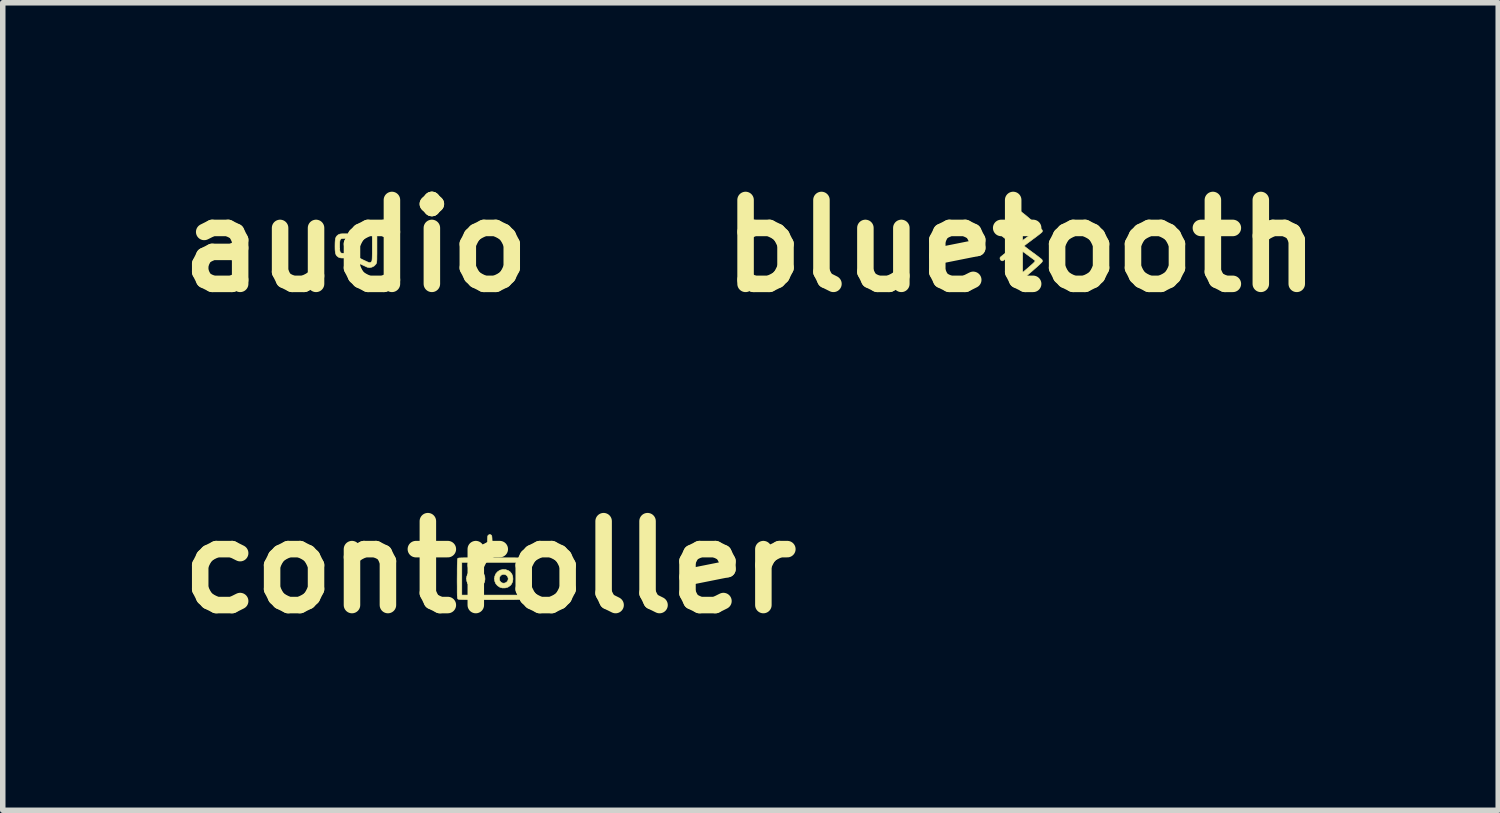
<source format=kicad_pcb>
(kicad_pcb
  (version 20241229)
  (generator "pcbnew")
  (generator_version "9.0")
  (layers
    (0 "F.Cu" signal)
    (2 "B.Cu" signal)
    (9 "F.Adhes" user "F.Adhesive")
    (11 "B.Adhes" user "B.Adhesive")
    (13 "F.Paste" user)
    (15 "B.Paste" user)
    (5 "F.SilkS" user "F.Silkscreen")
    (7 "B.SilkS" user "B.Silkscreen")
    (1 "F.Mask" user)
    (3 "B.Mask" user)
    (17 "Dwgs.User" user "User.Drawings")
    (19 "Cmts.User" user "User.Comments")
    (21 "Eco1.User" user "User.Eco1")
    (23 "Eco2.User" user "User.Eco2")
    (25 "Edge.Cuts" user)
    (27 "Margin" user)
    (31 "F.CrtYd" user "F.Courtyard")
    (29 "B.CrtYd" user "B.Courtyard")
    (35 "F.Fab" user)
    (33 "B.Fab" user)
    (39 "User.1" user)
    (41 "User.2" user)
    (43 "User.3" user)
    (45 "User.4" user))
  (footprint "bluetooth"
    (layer "F.Cu")
    (at 15.504 1.418)
    (property "Reference" "bluetooth" (at 0 0 0) (layer "F.SilkS") (effects (font (size 1.524 1.524) (thickness 0.3))))
    (attr through_hole)
    (fp_poly (pts (xy -0.012 -0.629) (xy 0.01 -0.613) (xy 0.042 -0.588) (xy 0.081 -0.557) (xy 0.124 -0.521) (xy 0.17 -0.482) (xy 0.217 -0.442) (xy 0.262 -0.403) (xy 0.302 -0.367) (xy 0.337 -0.335) (xy 0.364 -0.309) (xy 0.38 -0.291) (xy 0.384 -0.285) (xy 0.385 -0.266) (xy 0.381 -0.254) (xy 0.371 -0.244) (xy 0.349 -0.225) (xy 0.317 -0.2) (xy 0.277 -0.169) (xy 0.231 -0.135) (xy 0.213 -0.122) (xy 0.167 -0.087) (xy 0.126 -0.057) (xy 0.092 -0.031) (xy 0.068 -0.012) (xy 0.056 -0.002) (xy 0.054 0) (xy 0.061 0.007) (xy 0.081 0.023) (xy 0.111 0.046) (xy 0.149 0.075) (xy 0.194 0.108) (xy 0.213 0.122) (xy 0.261 0.157) (xy 0.303 0.189) (xy 0.339 0.217) (xy 0.365 0.238) (xy 0.379 0.252) (xy 0.381 0.254) (xy 0.386 0.275) (xy 0.384 0.285) (xy 0.375 0.297) (xy 0.355 0.318) (xy 0.325 0.346) (xy 0.287 0.381) (xy 0.244 0.418) (xy 0.199 0.458) (xy 0.152 0.498) (xy 0.107 0.536) (xy 0.065 0.57) (xy 0.029 0.599) (xy 0.000273 0.621) (xy -0.018 0.633) (xy -0.024 0.635) (xy -0.045 0.628) (xy -0.056 0.62) (xy -0.06 0.611) (xy -0.063 0.594) (xy -0.065 0.568) (xy -0.068 0.529) (xy -0.069 0.482) (xy 0.027 0.482) (xy 0.054 0.46) (xy 0.071 0.445) (xy 0.098 0.422) (xy 0.132 0.393) (xy 0.168 0.361) (xy 0.172 0.358) (xy 0.21 0.324) (xy 0.235 0.3) (xy 0.249 0.283) (xy 0.254 0.273) (xy 0.252 0.267) (xy 0.241 0.258) (xy 0.218 0.24) (xy 0.186 0.217) (xy 0.149 0.189) (xy 0.134 0.178) (xy 0.027 0.1) (xy 0.027 0.482) (xy -0.069 0.482) (xy -0.07 0.477) (xy -0.071 0.41) (xy -0.073 0.348) (xy -0.077 0.092) (xy -0.2 0.182) (xy -0.242 0.212) (xy -0.28 0.237) (xy -0.312 0.257) (xy -0.334 0.269) (xy -0.342 0.272) (xy -0.364 0.265) (xy -0.38 0.246) (xy -0.385 0.224) (xy -0.382 0.21) (xy -0.372 0.199) (xy -0.349 0.18) (xy -0.317 0.154) (xy -0.278 0.124) (xy -0.245 0.1) (xy -0.204 0.069) (xy -0.168 0.042) (xy -0.14 0.02) (xy -0.123 0.005) (xy -0.118 0) (xy -0.125 -0.007) (xy -0.144 -0.023) (xy -0.174 -0.046) (xy -0.211 -0.074) (xy -0.245 -0.1) (xy -0.287 -0.131) (xy -0.325 -0.16) (xy -0.355 -0.185) (xy -0.375 -0.202) (xy -0.382 -0.21) (xy -0.385 -0.232) (xy -0.375 -0.254) (xy -0.356 -0.269) (xy -0.342 -0.272) (xy -0.328 -0.267) (xy -0.303 -0.252) (xy -0.269 -0.23) (xy -0.229 -0.203) (xy -0.2 -0.182) (xy -0.077 -0.092) (xy -0.077 -0.1) (xy 0.027 -0.1) (xy 0.134 -0.178) (xy 0.173 -0.206) (xy 0.207 -0.232) (xy 0.233 -0.252) (xy 0.249 -0.265) (xy 0.252 -0.267) (xy 0.253 -0.274) (xy 0.244 -0.288) (xy 0.225 -0.309) (xy 0.195 -0.337) (xy 0.154 -0.375) (xy 0.099 -0.422) (xy 0.054 -0.46) (xy 0.027 -0.482) (xy 0.027 -0.1) (xy -0.077 -0.1) (xy -0.073 -0.348) (xy -0.071 -0.428) (xy -0.069 -0.491) (xy -0.067 -0.54) (xy -0.064 -0.577) (xy -0.06 -0.602) (xy -0.055 -0.619) (xy -0.048 -0.629) (xy -0.038 -0.634) (xy -0.027 -0.635) (xy -0.024 -0.635) (xy -0.012 -0.629)) (stroke (width 0.01) (type solid)) (fill yes) (layer "F.SilkS")))
  (footprint "audio"
    (layer "F.Cu")
    (at 3.418 1.418)
    (property "Reference" "audio" (at 0 0 0) (layer "F.SilkS") (effects (font (size 1.524 1.524) (thickness 0.3))))
    (attr through_hole)
    (fp_poly (pts (xy 0.294 -0.384) (xy 0.334 -0.361) (xy 0.362 -0.331) (xy 0.367 -0.323) (xy 0.371 -0.315) (xy 0.374 -0.304) (xy 0.377 -0.29) (xy 0.378 -0.27) (xy 0.38 -0.243) (xy 0.38 -0.206) (xy 0.381 -0.158) (xy 0.381 -0.097) (xy 0.381 -0.022) (xy 0.381 0) (xy 0.381 0.079) (xy 0.381 0.144) (xy 0.38 0.195) (xy 0.38 0.234) (xy 0.379 0.264) (xy 0.377 0.286) (xy 0.375 0.301) (xy 0.372 0.312) (xy 0.368 0.321) (xy 0.363 0.329) (xy 0.362 0.331) (xy 0.331 0.364) (xy 0.291 0.385) (xy 0.248 0.394) (xy 0.206 0.387) (xy 0.203 0.386) (xy 0.187 0.379) (xy 0.158 0.365) (xy 0.119 0.347) (xy 0.075 0.325) (xy 0.026 0.301) (xy 0.019 0.297) (xy -0.135 0.22) (xy -0.215 0.22) (xy -0.254 0.22) (xy -0.281 0.217) (xy -0.3 0.213) (xy -0.317 0.205) (xy -0.323 0.201) (xy -0.344 0.185) (xy -0.359 0.167) (xy -0.369 0.144) (xy -0.376 0.113) (xy -0.38 0.072) (xy -0.381 0.017) (xy -0.381 0) (xy -0.296 0) (xy -0.296 0.051) (xy -0.293 0.087) (xy -0.287 0.111) (xy -0.275 0.126) (xy -0.257 0.133) (xy -0.231 0.135) (xy -0.215 0.135) (xy -0.161 0.135) (xy -0.161 -0.135) (xy -0.215 -0.135) (xy -0.246 -0.134) (xy -0.267 -0.13) (xy -0.282 -0.119) (xy -0.29 -0.1) (xy -0.295 -0.07) (xy -0.296 -0.026) (xy -0.296 0) (xy -0.381 0) (xy -0.38 -0.059) (xy -0.377 -0.103) (xy -0.372 -0.136) (xy -0.365 -0.152) (xy -0.068 -0.152) (xy -0.068 0.151) (xy 0.078 0.228) (xy 0.125 0.252) (xy 0.168 0.272) (xy 0.204 0.289) (xy 0.232 0.3) (xy 0.247 0.304) (xy 0.247 0.305) (xy 0.272 0.297) (xy 0.283 0.286) (xy 0.287 0.279) (xy 0.29 0.267) (xy 0.292 0.25) (xy 0.294 0.224) (xy 0.295 0.19) (xy 0.296 0.144) (xy 0.296 0.084) (xy 0.296 0.01) (xy 0.296 0) (xy 0.296 -0.076) (xy 0.296 -0.137) (xy 0.295 -0.185) (xy 0.294 -0.221) (xy 0.292 -0.247) (xy 0.29 -0.265) (xy 0.287 -0.277) (xy 0.284 -0.285) (xy 0.283 -0.286) (xy 0.268 -0.3) (xy 0.253 -0.305) (xy 0.241 -0.301) (xy 0.216 -0.291) (xy 0.181 -0.275) (xy 0.139 -0.255) (xy 0.092 -0.232) (xy 0.085 -0.229) (xy -0.068 -0.152) (xy -0.365 -0.152) (xy -0.362 -0.161) (xy -0.348 -0.18) (xy -0.329 -0.197) (xy -0.323 -0.201) (xy -0.306 -0.21) (xy -0.288 -0.216) (xy -0.264 -0.219) (xy -0.23 -0.22) (xy -0.215 -0.22) (xy -0.136 -0.22) (xy 0.037 -0.306) (xy 0.096 -0.335) (xy 0.143 -0.357) (xy 0.178 -0.373) (xy 0.205 -0.384) (xy 0.226 -0.39) (xy 0.243 -0.392) (xy 0.248 -0.392) (xy 0.294 -0.384)) (stroke (width 0.01) (type solid)) (fill yes) (layer "F.SilkS")))
  (footprint "controller"
    (layer "F.Cu")
    (at 5.849 7.254)
    (property "Reference" "controller" (at 0 0 0) (layer "F.SilkS") (effects (font (size 1.524 1.524) (thickness 0.3))))
    (attr through_hole)
    (fp_poly (pts (xy -0.22 0.046) (xy -0.172 0.063) (xy -0.137 0.087) (xy -0.108 0.124) (xy -0.091 0.169) (xy -0.087 0.218) (xy -0.094 0.266) (xy -0.114 0.309) (xy -0.137 0.336) (xy -0.178 0.364) (xy -0.227 0.378) (xy -0.278 0.379) (xy -0.326 0.365) (xy -0.368 0.337) (xy -0.399 0.301) (xy -0.417 0.258) (xy -0.423 0.213) (xy -0.423 0.211) (xy -0.334 0.211) (xy -0.327 0.246) (xy -0.308 0.272) (xy -0.282 0.288) (xy -0.251 0.293) (xy -0.219 0.284) (xy -0.195 0.266) (xy -0.177 0.238) (xy -0.173 0.205) (xy -0.184 0.172) (xy -0.197 0.155) (xy -0.226 0.136) (xy -0.258 0.131) (xy -0.288 0.138) (xy -0.314 0.157) (xy -0.33 0.185) (xy -0.334 0.211) (xy -0.423 0.211) (xy -0.417 0.167) (xy -0.4 0.124) (xy -0.37 0.088) (xy -0.329 0.059) (xy -0.32 0.055) (xy -0.271 0.044) (xy -0.22 0.046)) (stroke (width 0.01) (type solid)) (fill yes) (layer "F.SilkS"))
    (fp_poly (pts (xy 0.288 0.046) (xy 0.336 0.063) (xy 0.371 0.087) (xy 0.4 0.124) (xy 0.417 0.169) (xy 0.421 0.218) (xy 0.414 0.266) (xy 0.394 0.309) (xy 0.371 0.336) (xy 0.33 0.364) (xy 0.281 0.378) (xy 0.23 0.379) (xy 0.182 0.365) (xy 0.14 0.337) (xy 0.109 0.301) (xy 0.091 0.258) (xy 0.085 0.213) (xy 0.085 0.211) (xy 0.174 0.211) (xy 0.181 0.246) (xy 0.2 0.272) (xy 0.226 0.288) (xy 0.257 0.293) (xy 0.289 0.284) (xy 0.313 0.266) (xy 0.331 0.238) (xy 0.335 0.205) (xy 0.324 0.172) (xy 0.311 0.155) (xy 0.282 0.136) (xy 0.25 0.131) (xy 0.22 0.138) (xy 0.194 0.157) (xy 0.178 0.185) (xy 0.174 0.211) (xy 0.085 0.211) (xy 0.091 0.167) (xy 0.108 0.124) (xy 0.138 0.088) (xy 0.179 0.059) (xy 0.188 0.055) (xy 0.237 0.044) (xy 0.288 0.046)) (stroke (width 0.01) (type solid)) (fill yes) (layer "F.SilkS"))
    (fp_poly (pts (xy 0.017 -0.588) (xy 0.029 -0.579) (xy 0.033 -0.573) (xy 0.037 -0.562) (xy 0.039 -0.544) (xy 0.041 -0.518) (xy 0.042 -0.481) (xy 0.042 -0.431) (xy 0.042 -0.368) (xy 0.042 -0.169) (xy 0.304 -0.169) (xy 0.379 -0.169) (xy 0.439 -0.169) (xy 0.485 -0.168) (xy 0.52 -0.167) (xy 0.544 -0.166) (xy 0.561 -0.163) (xy 0.572 -0.16) (xy 0.578 -0.157) (xy 0.579 -0.156) (xy 0.583 -0.151) (xy 0.585 -0.143) (xy 0.588 -0.129) (xy 0.589 -0.108) (xy 0.591 -0.08) (xy 0.591 -0.041) (xy 0.592 0.009) (xy 0.592 0.071) (xy 0.593 0.148) (xy 0.593 0.212) (xy 0.593 0.3) (xy 0.592 0.372) (xy 0.592 0.431) (xy 0.591 0.477) (xy 0.59 0.512) (xy 0.589 0.538) (xy 0.587 0.557) (xy 0.585 0.569) (xy 0.582 0.576) (xy 0.579 0.579) (xy 0.575 0.582) (xy 0.568 0.584) (xy 0.556 0.586) (xy 0.539 0.588) (xy 0.515 0.589) (xy 0.483 0.59) (xy 0.442 0.591) (xy 0.39 0.592) (xy 0.327 0.592) (xy 0.251 0.592) (xy 0.161 0.593) (xy 0.055 0.593) (xy 0 0.593) (xy -0.113 0.593) (xy -0.21 0.593) (xy -0.292 0.592) (xy -0.361 0.592) (xy -0.419 0.591) (xy -0.465 0.591) (xy -0.501 0.59) (xy -0.529 0.589) (xy -0.549 0.587) (xy -0.563 0.585) (xy -0.572 0.583) (xy -0.578 0.581) (xy -0.579 0.579) (xy -0.583 0.574) (xy -0.585 0.566) (xy -0.588 0.552) (xy -0.589 0.531) (xy -0.591 0.503) (xy -0.592 0.464) (xy -0.592 0.414) (xy -0.592 0.351) (xy -0.593 0.274) (xy -0.593 0.215) (xy -0.592 0.118) (xy -0.592 0.035) (xy -0.591 -0.034) (xy -0.589 -0.085) (xy -0.508 -0.085) (xy -0.508 0.508) (xy 0.508 0.508) (xy 0.508 -0.085) (xy -0.508 -0.085) (xy -0.589 -0.085) (xy -0.589 -0.088) (xy -0.587 -0.126) (xy -0.585 -0.148) (xy -0.584 -0.153) (xy -0.581 -0.158) (xy -0.576 -0.161) (xy -0.567 -0.164) (xy -0.552 -0.166) (xy -0.53 -0.167) (xy -0.498 -0.168) (xy -0.456 -0.169) (xy -0.401 -0.169) (xy -0.331 -0.169) (xy -0.309 -0.169) (xy -0.042 -0.169) (xy -0.042 -0.368) (xy -0.042 -0.432) (xy -0.042 -0.482) (xy -0.041 -0.519) (xy -0.039 -0.545) (xy -0.037 -0.562) (xy -0.033 -0.573) (xy -0.029 -0.579) (xy -0.007 -0.592) (xy 0.017 -0.588)) (stroke (width 0.01) (type solid)) (fill yes) (layer "F.SilkS")))
  (gr_rect
    (start -3 -3)
    (end 24.172 11.672)
    (stroke (width 0.1) (type default))
    (fill no)
    (layer "Edge.Cuts")))
</source>
